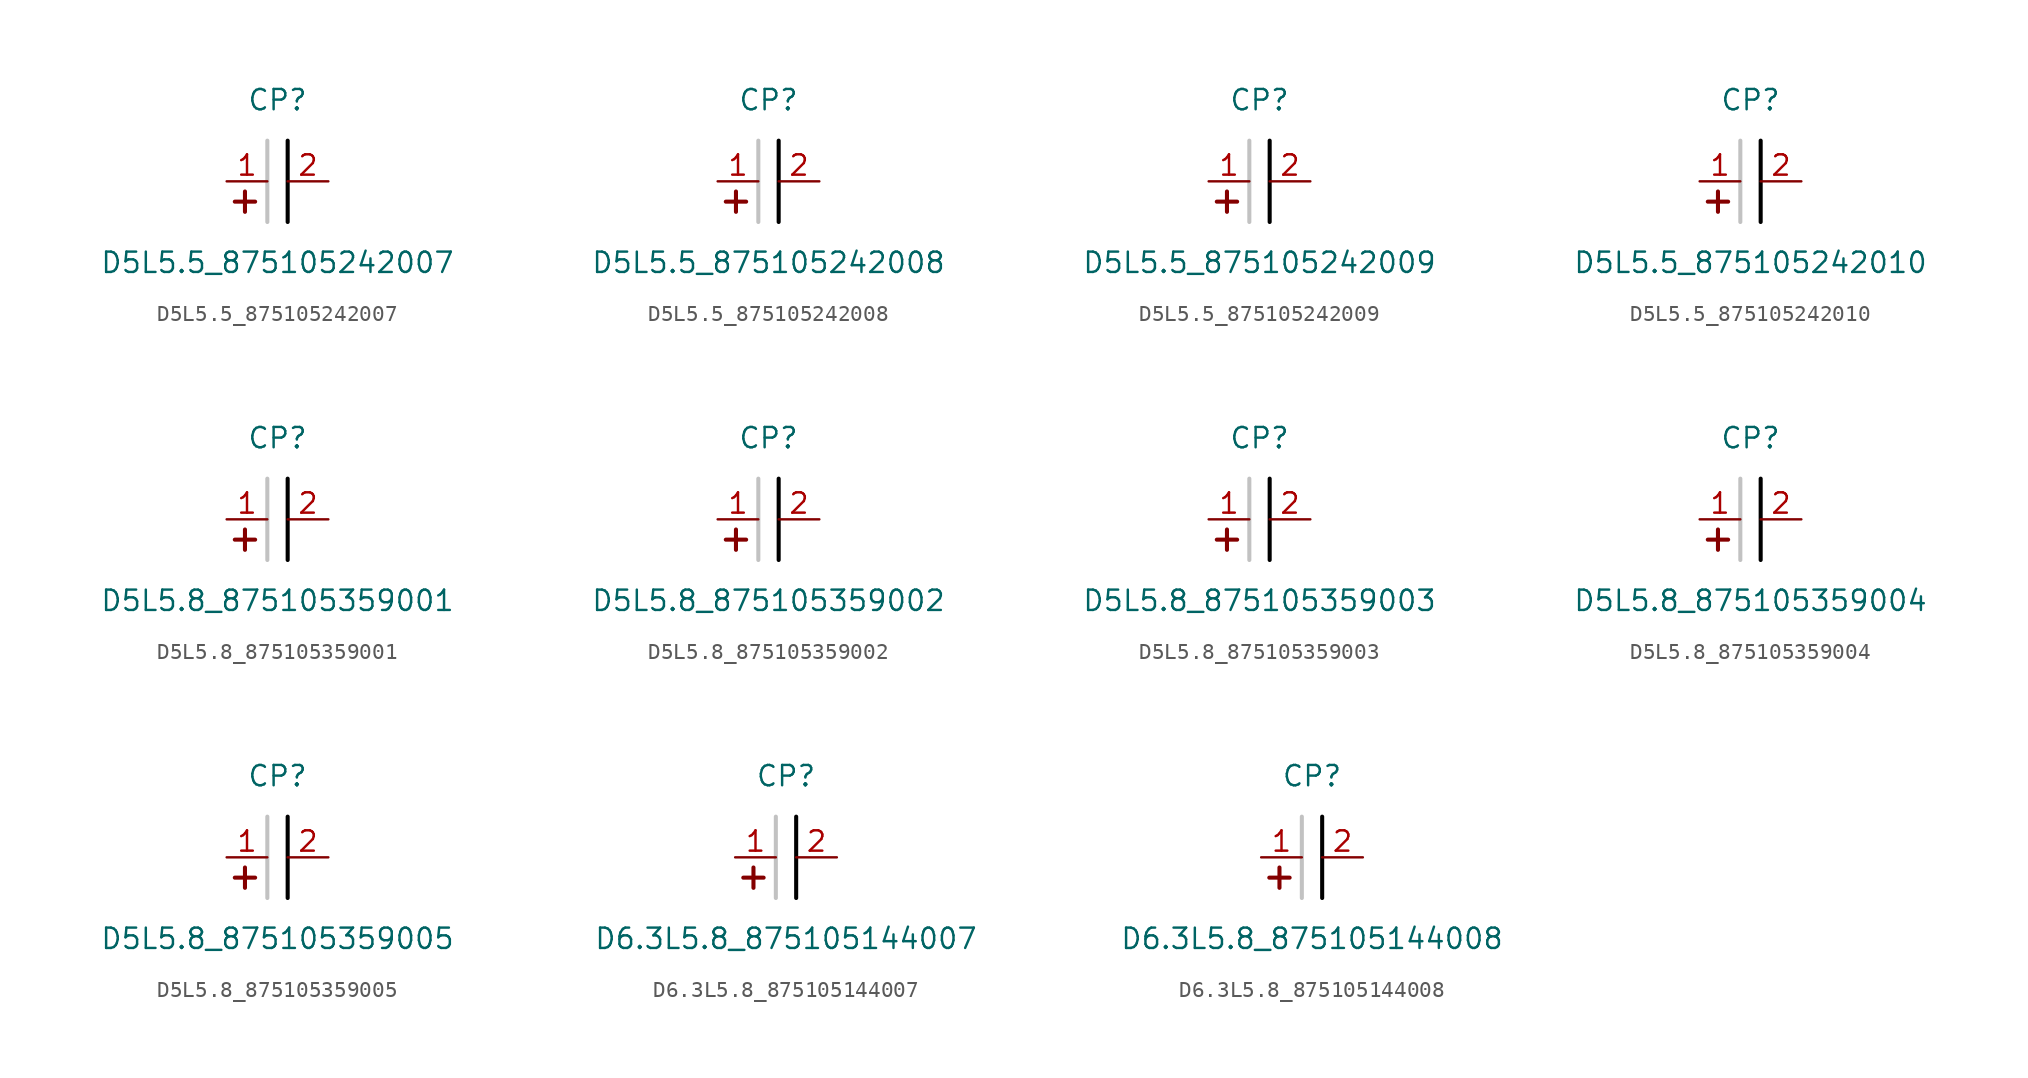
<source format=kicad_sym>
(kicad_symbol_lib
  (version 20220914)
  (generator kicad_symbol_editor)
  (symbol "D5L5.5_875105242007"
    (pin_names hide)
    (property "Reference" "CP"
      (at 0 5.08 0)
      (effects (font (size 1.27 1.27))))
    (property "Value" "D5L5.5_875105242007"
      (at 0 -5.08 0)
      (effects (font (size 1.27 1.27))))
    (symbol "D5L5.5_875105242007_1_1"
      (polyline (pts (xy -2.667 -1.27) (xy -1.397 -1.27)) (stroke (width 0.254) (type default)) (fill (type none)))
      (polyline (pts (xy -2.032 -0.635) (xy -2.032 -1.905)) (stroke (width 0.254) (type default)) (fill (type none)))
      (polyline (pts (xy -0.635 2.54) (xy -0.635 -2.54)) (stroke (width 0.254) (type default) (color 194 194 194 1)) (fill (type none)))
      (polyline (pts (xy 0.635 2.54) (xy 0.635 -2.54)) (stroke (width 0.254) (type default) (color 0 0 0 1)) (fill (type none)))
      (pin passive line (at -3.175 0 0) (length 2.54) (name "1" (effects (font (size 1.27 1.27)))) (number "1" (effects (font (size 1.27 1.27)))))
      (pin passive line (at 3.175 0 180) (length 2.54) (name "2" (effects (font (size 1.27 1.27)))) (number "2" (effects (font (size 1.27 1.27)))))))
  (symbol "D5L5.5_875105242008"
    (pin_names hide)
    (property "Reference" "CP"
      (at 0 5.08 0)
      (effects (font (size 1.27 1.27))))
    (property "Value" "D5L5.5_875105242008"
      (at 0 -5.08 0)
      (effects (font (size 1.27 1.27))))
    (symbol "D5L5.5_875105242008_1_1"
      (polyline (pts (xy -2.667 -1.27) (xy -1.397 -1.27)) (stroke (width 0.254) (type default)) (fill (type none)))
      (polyline (pts (xy -2.032 -0.635) (xy -2.032 -1.905)) (stroke (width 0.254) (type default)) (fill (type none)))
      (polyline (pts (xy -0.635 2.54) (xy -0.635 -2.54)) (stroke (width 0.254) (type default) (color 194 194 194 1)) (fill (type none)))
      (polyline (pts (xy 0.635 2.54) (xy 0.635 -2.54)) (stroke (width 0.254) (type default) (color 0 0 0 1)) (fill (type none)))
      (pin passive line (at -3.175 0 0) (length 2.54) (name "1" (effects (font (size 1.27 1.27)))) (number "1" (effects (font (size 1.27 1.27)))))
      (pin passive line (at 3.175 0 180) (length 2.54) (name "2" (effects (font (size 1.27 1.27)))) (number "2" (effects (font (size 1.27 1.27)))))))
  (symbol "D5L5.5_875105242009"
    (pin_names hide)
    (property "Reference" "CP"
      (at 0 5.08 0)
      (effects (font (size 1.27 1.27))))
    (property "Value" "D5L5.5_875105242009"
      (at 0 -5.08 0)
      (effects (font (size 1.27 1.27))))
    (symbol "D5L5.5_875105242009_1_1"
      (polyline (pts (xy -2.667 -1.27) (xy -1.397 -1.27)) (stroke (width 0.254) (type default)) (fill (type none)))
      (polyline (pts (xy -2.032 -0.635) (xy -2.032 -1.905)) (stroke (width 0.254) (type default)) (fill (type none)))
      (polyline (pts (xy -0.635 2.54) (xy -0.635 -2.54)) (stroke (width 0.254) (type default) (color 194 194 194 1)) (fill (type none)))
      (polyline (pts (xy 0.635 2.54) (xy 0.635 -2.54)) (stroke (width 0.254) (type default) (color 0 0 0 1)) (fill (type none)))
      (pin passive line (at -3.175 0 0) (length 2.54) (name "1" (effects (font (size 1.27 1.27)))) (number "1" (effects (font (size 1.27 1.27)))))
      (pin passive line (at 3.175 0 180) (length 2.54) (name "2" (effects (font (size 1.27 1.27)))) (number "2" (effects (font (size 1.27 1.27)))))))
  (symbol "D5L5.5_875105242010"
    (pin_names hide)
    (property "Reference" "CP"
      (at 0 5.08 0)
      (effects (font (size 1.27 1.27))))
    (property "Value" "D5L5.5_875105242010"
      (at 0 -5.08 0)
      (effects (font (size 1.27 1.27))))
    (symbol "D5L5.5_875105242010_1_1"
      (polyline (pts (xy -2.667 -1.27) (xy -1.397 -1.27)) (stroke (width 0.254) (type default)) (fill (type none)))
      (polyline (pts (xy -2.032 -0.635) (xy -2.032 -1.905)) (stroke (width 0.254) (type default)) (fill (type none)))
      (polyline (pts (xy -0.635 2.54) (xy -0.635 -2.54)) (stroke (width 0.254) (type default) (color 194 194 194 1)) (fill (type none)))
      (polyline (pts (xy 0.635 2.54) (xy 0.635 -2.54)) (stroke (width 0.254) (type default) (color 0 0 0 1)) (fill (type none)))
      (pin passive line (at -3.175 0 0) (length 2.54) (name "1" (effects (font (size 1.27 1.27)))) (number "1" (effects (font (size 1.27 1.27)))))
      (pin passive line (at 3.175 0 180) (length 2.54) (name "2" (effects (font (size 1.27 1.27)))) (number "2" (effects (font (size 1.27 1.27)))))))
  (symbol "D5L5.8_875105359001"
    (pin_names hide)
    (property "Reference" "CP"
      (at 0 5.08 0)
      (effects (font (size 1.27 1.27))))
    (property "Value" "D5L5.8_875105359001"
      (at 0 -5.08 0)
      (effects (font (size 1.27 1.27))))
    (symbol "D5L5.8_875105359001_1_1"
      (polyline (pts (xy -2.667 -1.27) (xy -1.397 -1.27)) (stroke (width 0.254) (type default)) (fill (type none)))
      (polyline (pts (xy -2.032 -0.635) (xy -2.032 -1.905)) (stroke (width 0.254) (type default)) (fill (type none)))
      (polyline (pts (xy -0.635 2.54) (xy -0.635 -2.54)) (stroke (width 0.254) (type default) (color 194 194 194 1)) (fill (type none)))
      (polyline (pts (xy 0.635 2.54) (xy 0.635 -2.54)) (stroke (width 0.254) (type default) (color 0 0 0 1)) (fill (type none)))
      (pin passive line (at -3.175 0 0) (length 2.54) (name "1" (effects (font (size 1.27 1.27)))) (number "1" (effects (font (size 1.27 1.27)))))
      (pin passive line (at 3.175 0 180) (length 2.54) (name "2" (effects (font (size 1.27 1.27)))) (number "2" (effects (font (size 1.27 1.27)))))))
  (symbol "D5L5.8_875105359002"
    (pin_names hide)
    (property "Reference" "CP"
      (at 0 5.08 0)
      (effects (font (size 1.27 1.27))))
    (property "Value" "D5L5.8_875105359002"
      (at 0 -5.08 0)
      (effects (font (size 1.27 1.27))))
    (symbol "D5L5.8_875105359002_1_1"
      (polyline (pts (xy -2.667 -1.27) (xy -1.397 -1.27)) (stroke (width 0.254) (type default)) (fill (type none)))
      (polyline (pts (xy -2.032 -0.635) (xy -2.032 -1.905)) (stroke (width 0.254) (type default)) (fill (type none)))
      (polyline (pts (xy -0.635 2.54) (xy -0.635 -2.54)) (stroke (width 0.254) (type default) (color 194 194 194 1)) (fill (type none)))
      (polyline (pts (xy 0.635 2.54) (xy 0.635 -2.54)) (stroke (width 0.254) (type default) (color 0 0 0 1)) (fill (type none)))
      (pin passive line (at -3.175 0 0) (length 2.54) (name "1" (effects (font (size 1.27 1.27)))) (number "1" (effects (font (size 1.27 1.27)))))
      (pin passive line (at 3.175 0 180) (length 2.54) (name "2" (effects (font (size 1.27 1.27)))) (number "2" (effects (font (size 1.27 1.27)))))))
  (symbol "D5L5.8_875105359003"
    (pin_names hide)
    (property "Reference" "CP"
      (at 0 5.08 0)
      (effects (font (size 1.27 1.27))))
    (property "Value" "D5L5.8_875105359003"
      (at 0 -5.08 0)
      (effects (font (size 1.27 1.27))))
    (symbol "D5L5.8_875105359003_1_1"
      (polyline (pts (xy -2.667 -1.27) (xy -1.397 -1.27)) (stroke (width 0.254) (type default)) (fill (type none)))
      (polyline (pts (xy -2.032 -0.635) (xy -2.032 -1.905)) (stroke (width 0.254) (type default)) (fill (type none)))
      (polyline (pts (xy -0.635 2.54) (xy -0.635 -2.54)) (stroke (width 0.254) (type default) (color 194 194 194 1)) (fill (type none)))
      (polyline (pts (xy 0.635 2.54) (xy 0.635 -2.54)) (stroke (width 0.254) (type default) (color 0 0 0 1)) (fill (type none)))
      (pin passive line (at -3.175 0 0) (length 2.54) (name "1" (effects (font (size 1.27 1.27)))) (number "1" (effects (font (size 1.27 1.27)))))
      (pin passive line (at 3.175 0 180) (length 2.54) (name "2" (effects (font (size 1.27 1.27)))) (number "2" (effects (font (size 1.27 1.27)))))))
  (symbol "D5L5.8_875105359004"
    (pin_names hide)
    (property "Reference" "CP"
      (at 0 5.08 0)
      (effects (font (size 1.27 1.27))))
    (property "Value" "D5L5.8_875105359004"
      (at 0 -5.08 0)
      (effects (font (size 1.27 1.27))))
    (symbol "D5L5.8_875105359004_1_1"
      (polyline (pts (xy -2.667 -1.27) (xy -1.397 -1.27)) (stroke (width 0.254) (type default)) (fill (type none)))
      (polyline (pts (xy -2.032 -0.635) (xy -2.032 -1.905)) (stroke (width 0.254) (type default)) (fill (type none)))
      (polyline (pts (xy -0.635 2.54) (xy -0.635 -2.54)) (stroke (width 0.254) (type default) (color 194 194 194 1)) (fill (type none)))
      (polyline (pts (xy 0.635 2.54) (xy 0.635 -2.54)) (stroke (width 0.254) (type default) (color 0 0 0 1)) (fill (type none)))
      (pin passive line (at -3.175 0 0) (length 2.54) (name "1" (effects (font (size 1.27 1.27)))) (number "1" (effects (font (size 1.27 1.27)))))
      (pin passive line (at 3.175 0 180) (length 2.54) (name "2" (effects (font (size 1.27 1.27)))) (number "2" (effects (font (size 1.27 1.27)))))))
  (symbol "D5L5.8_875105359005"
    (pin_names hide)
    (property "Reference" "CP"
      (at 0 5.08 0)
      (effects (font (size 1.27 1.27))))
    (property "Value" "D5L5.8_875105359005"
      (at 0 -5.08 0)
      (effects (font (size 1.27 1.27))))
    (symbol "D5L5.8_875105359005_1_1"
      (polyline (pts (xy -2.667 -1.27) (xy -1.397 -1.27)) (stroke (width 0.254) (type default)) (fill (type none)))
      (polyline (pts (xy -2.032 -0.635) (xy -2.032 -1.905)) (stroke (width 0.254) (type default)) (fill (type none)))
      (polyline (pts (xy -0.635 2.54) (xy -0.635 -2.54)) (stroke (width 0.254) (type default) (color 194 194 194 1)) (fill (type none)))
      (polyline (pts (xy 0.635 2.54) (xy 0.635 -2.54)) (stroke (width 0.254) (type default) (color 0 0 0 1)) (fill (type none)))
      (pin passive line (at -3.175 0 0) (length 2.54) (name "1" (effects (font (size 1.27 1.27)))) (number "1" (effects (font (size 1.27 1.27)))))
      (pin passive line (at 3.175 0 180) (length 2.54) (name "2" (effects (font (size 1.27 1.27)))) (number "2" (effects (font (size 1.27 1.27)))))))
  (symbol "D6.3L5.8_875105144007"
    (pin_names hide)
    (property "Reference" "CP"
      (at 0 5.08 0)
      (effects (font (size 1.27 1.27))))
    (property "Value" "D6.3L5.8_875105144007"
      (at 0 -5.08 0)
      (effects (font (size 1.27 1.27))))
    (symbol "D6.3L5.8_875105144007_1_1"
      (polyline (pts (xy -2.667 -1.27) (xy -1.397 -1.27)) (stroke (width 0.254) (type default)) (fill (type none)))
      (polyline (pts (xy -2.032 -0.635) (xy -2.032 -1.905)) (stroke (width 0.254) (type default)) (fill (type none)))
      (polyline (pts (xy -0.635 2.54) (xy -0.635 -2.54)) (stroke (width 0.254) (type default) (color 194 194 194 1)) (fill (type none)))
      (polyline (pts (xy 0.635 2.54) (xy 0.635 -2.54)) (stroke (width 0.254) (type default) (color 0 0 0 1)) (fill (type none)))
      (pin passive line (at -3.175 0 0) (length 2.54) (name "1" (effects (font (size 1.27 1.27)))) (number "1" (effects (font (size 1.27 1.27)))))
      (pin passive line (at 3.175 0 180) (length 2.54) (name "2" (effects (font (size 1.27 1.27)))) (number "2" (effects (font (size 1.27 1.27)))))))
  (symbol "D6.3L5.8_875105144008"
    (pin_names hide)
    (property "Reference" "CP"
      (at 0 5.08 0)
      (effects (font (size 1.27 1.27))))
    (property "Value" "D6.3L5.8_875105144008"
      (at 0 -5.08 0)
      (effects (font (size 1.27 1.27))))
    (symbol "D6.3L5.8_875105144008_1_1"
      (polyline (pts (xy -2.667 -1.27) (xy -1.397 -1.27)) (stroke (width 0.254) (type default)) (fill (type none)))
      (polyline (pts (xy -2.032 -0.635) (xy -2.032 -1.905)) (stroke (width 0.254) (type default)) (fill (type none)))
      (polyline (pts (xy -0.635 2.54) (xy -0.635 -2.54)) (stroke (width 0.254) (type default) (color 194 194 194 1)) (fill (type none)))
      (polyline (pts (xy 0.635 2.54) (xy 0.635 -2.54)) (stroke (width 0.254) (type default) (color 0 0 0 1)) (fill (type none)))
      (pin passive line (at -3.175 0 0) (length 2.54) (name "1" (effects (font (size 1.27 1.27)))) (number "1" (effects (font (size 1.27 1.27)))))
      (pin passive line (at 3.175 0 180) (length 2.54) (name "2" (effects (font (size 1.27 1.27)))) (number "2" (effects (font (size 1.27 1.27))))))))
</source>
